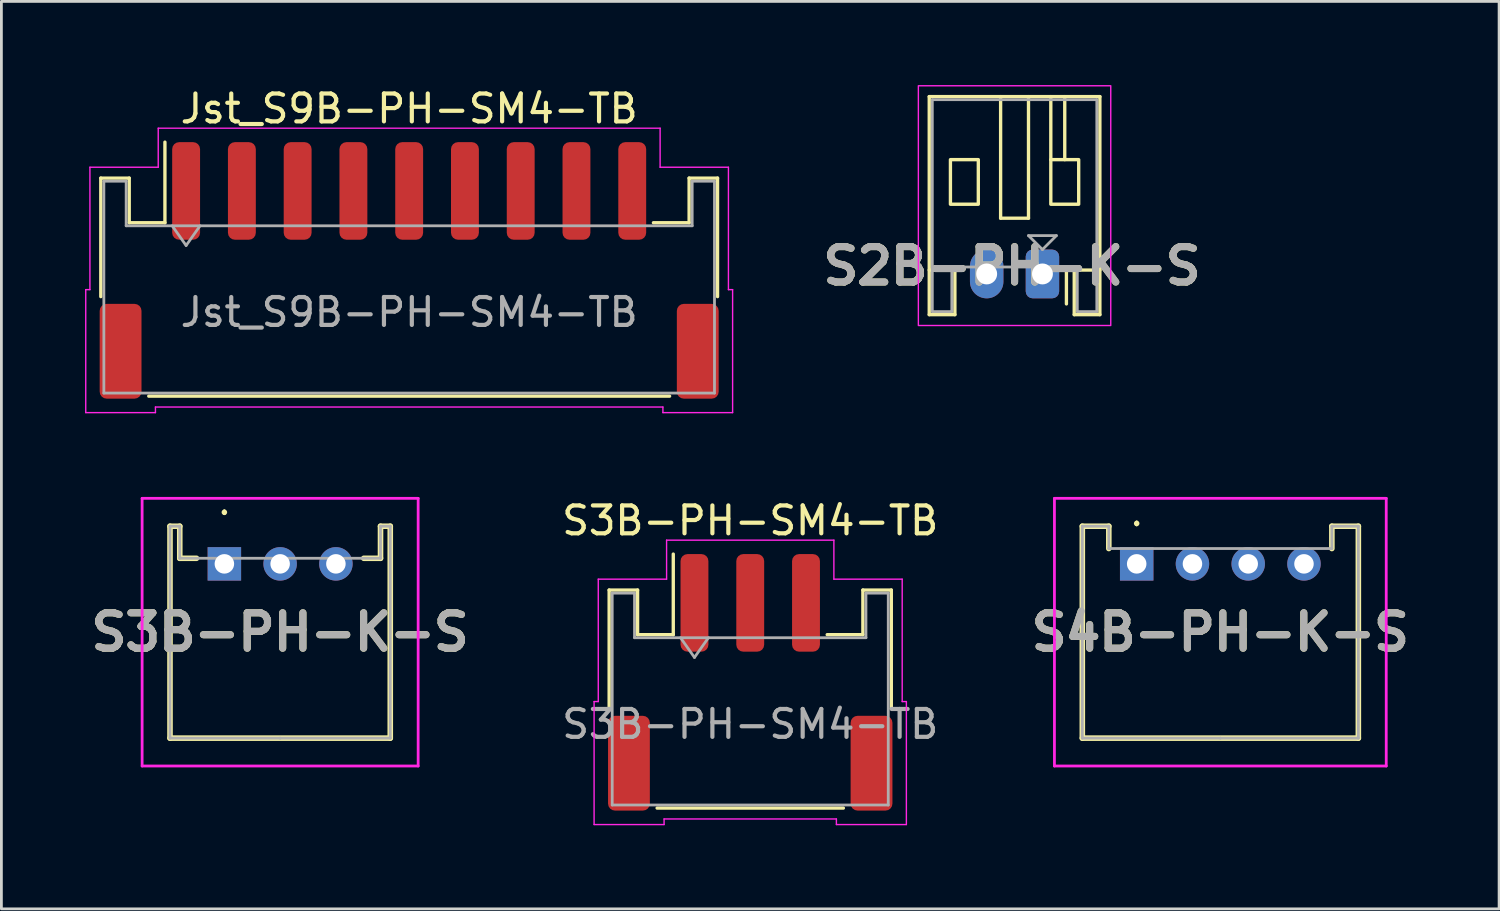
<source format=kicad_pcb>
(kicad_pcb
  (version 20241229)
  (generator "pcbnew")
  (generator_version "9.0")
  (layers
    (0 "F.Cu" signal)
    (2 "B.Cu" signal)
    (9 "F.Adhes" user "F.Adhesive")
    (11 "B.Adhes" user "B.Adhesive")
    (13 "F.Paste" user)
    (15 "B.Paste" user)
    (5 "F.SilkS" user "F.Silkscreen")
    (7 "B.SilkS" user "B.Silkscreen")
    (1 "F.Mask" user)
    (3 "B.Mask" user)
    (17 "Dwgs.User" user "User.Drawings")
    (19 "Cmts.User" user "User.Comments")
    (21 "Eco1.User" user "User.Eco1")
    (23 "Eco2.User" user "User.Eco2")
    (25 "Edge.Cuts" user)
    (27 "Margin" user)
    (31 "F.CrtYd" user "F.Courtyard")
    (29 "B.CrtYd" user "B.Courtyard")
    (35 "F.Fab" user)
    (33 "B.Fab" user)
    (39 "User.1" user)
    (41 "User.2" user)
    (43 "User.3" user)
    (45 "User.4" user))
  (footprint "S4B-PH-K-S"
    (layer "F.Cu")
    (at 37.717 17.173)
    (property "Reference" "S4B-PH-K-S" (at 3 2.45 0) (layer "F.SilkS") (effects (font (size 1.27 1.27) (thickness 0.254))))
    (attr through_hole)
    (fp_line (start -1.95 -1.35) (end -1.95 6.25) (stroke (width 0.2) (type solid)) (layer "F.SilkS"))
    (fp_line (start -1.95 6.25) (end 7.95 6.25) (stroke (width 0.2) (type solid)) (layer "F.SilkS"))
    (fp_line (start -1 -1.35) (end -1.95 -1.35) (stroke (width 0.2) (type solid)) (layer "F.SilkS"))
    (fp_line (start -1 -0.55) (end -1 -1.35) (stroke (width 0.2) (type solid)) (layer "F.SilkS"))
    (fp_line (start 0 -1.5) (end 0 -1.5) (stroke (width 0.1) (type solid)) (layer "F.SilkS"))
    (fp_line (start 0 -1.4) (end 0 -1.4) (stroke (width 0.1) (type solid)) (layer "F.SilkS"))
    (fp_line (start 7 -1.35) (end 7 -0.55) (stroke (width 0.2) (type solid)) (layer "F.SilkS"))
    (fp_line (start 7.95 -1.35) (end 7 -1.35) (stroke (width 0.2) (type solid)) (layer "F.SilkS"))
    (fp_line (start 7.95 6.25) (end 7.95 -1.35) (stroke (width 0.2) (type solid)) (layer "F.SilkS"))
    (fp_arc (start 0 -1.5) (mid 0.05 -1.45) (end 0 -1.4) (stroke (width 0.1) (type solid)) (layer "F.SilkS"))
    (fp_arc (start 0 -1.4) (mid -0.05 -1.45) (end 0 -1.5) (stroke (width 0.1) (type solid)) (layer "F.SilkS"))
    (fp_line (start -2.95 -2.35) (end 8.95 -2.35) (stroke (width 0.1) (type solid)) (layer "F.CrtYd"))
    (fp_line (start -2.95 7.25) (end -2.95 -2.35) (stroke (width 0.1) (type solid)) (layer "F.CrtYd"))
    (fp_line (start 8.95 -2.35) (end 8.95 7.25) (stroke (width 0.1) (type solid)) (layer "F.CrtYd"))
    (fp_line (start 8.95 7.25) (end -2.95 7.25) (stroke (width 0.1) (type solid)) (layer "F.CrtYd"))
    (fp_line (start -1.95 -1.35) (end -1.95 6.25) (stroke (width 0.1) (type solid)) (layer "F.Fab"))
    (fp_line (start -1.95 6.25) (end 3 6.25) (stroke (width 0.1) (type solid)) (layer "F.Fab"))
    (fp_line (start -1 -1.35) (end -1.95 -1.35) (stroke (width 0.1) (type solid)) (layer "F.Fab"))
    (fp_line (start -1 -0.55) (end -1 -1.35) (stroke (width 0.1) (type solid)) (layer "F.Fab"))
    (fp_line (start 3 6.25) (end 7.95 6.25) (stroke (width 0.1) (type solid)) (layer "F.Fab"))
    (fp_line (start 7 -1.35) (end 7 -0.55) (stroke (width 0.1) (type solid)) (layer "F.Fab"))
    (fp_line (start 7 -0.55) (end -1 -0.55) (stroke (width 0.1) (type solid)) (layer "F.Fab"))
    (fp_line (start 7.95 -1.35) (end 7 -1.35) (stroke (width 0.1) (type solid)) (layer "F.Fab"))
    (fp_line (start 7.95 6.25) (end 7.95 -1.35) (stroke (width 0.1) (type solid)) (layer "F.Fab"))
    (fp_text user "${REFERENCE}" (at 3 2.45 0) (layer "F.Fab") (effects (font (size 1.27 1.27) (thickness 0.254))))
    (pad "1" thru_hole rect (at 0 0) (size 1.2 1.2) (drill 0.7) (layers "*.Cu" "*.Mask"))
    (pad "2" thru_hole circle (at 2 0) (size 1.2 1.2) (drill 0.7) (layers "*.Cu" "*.Mask"))
    (pad "3" thru_hole circle (at 4 0) (size 1.2 1.2) (drill 0.7) (layers "*.Cu" "*.Mask"))
    (pad "4" thru_hole circle (at 6 0) (size 1.2 1.2) (drill 0.7) (layers "*.Cu" "*.Mask")))
  (footprint "S3B-PH-SM4-TB"
    (layer "F.Cu")
    (at 23.857 21.422)
    (property "Reference" "S3B-PH-SM4-TB" (at 0 -5.8 0) (layer "F.SilkS") (effects (font (size 1 1) (thickness 0.15))))
    (attr smd)
    (fp_line (start -5.06 -3.31) (end -4.04 -3.31) (stroke (width 0.12) (type solid)) (layer "F.SilkS"))
    (fp_line (start -5.06 0.94) (end -5.06 -3.31) (stroke (width 0.12) (type solid)) (layer "F.SilkS"))
    (fp_line (start -4.04 -3.31) (end -4.04 -1.71) (stroke (width 0.12) (type solid)) (layer "F.SilkS"))
    (fp_line (start -4.04 -1.71) (end -2.76 -1.71) (stroke (width 0.12) (type solid)) (layer "F.SilkS"))
    (fp_line (start -3.34 4.51) (end 3.34 4.51) (stroke (width 0.12) (type solid)) (layer "F.SilkS"))
    (fp_line (start -2.76 -1.71) (end -2.76 -4.6) (stroke (width 0.12) (type solid)) (layer "F.SilkS"))
    (fp_line (start 4.04 -3.31) (end 4.04 -1.71) (stroke (width 0.12) (type solid)) (layer "F.SilkS"))
    (fp_line (start 4.04 -1.71) (end 2.76 -1.71) (stroke (width 0.12) (type solid)) (layer "F.SilkS"))
    (fp_line (start 5.06 -3.31) (end 4.04 -3.31) (stroke (width 0.12) (type solid)) (layer "F.SilkS"))
    (fp_line (start 5.06 0.94) (end 5.06 -3.31) (stroke (width 0.12) (type solid)) (layer "F.SilkS"))
    (fp_line (start -5.6 0.69) (end -5.45 0.69) (stroke (width 0.05) (type solid)) (layer "F.CrtYd"))
    (fp_line (start -5.6 5.1) (end -5.6 0.69) (stroke (width 0.05) (type solid)) (layer "F.CrtYd"))
    (fp_line (start -5.45 -3.7) (end -3 -3.7) (stroke (width 0.05) (type solid)) (layer "F.CrtYd"))
    (fp_line (start -5.45 0.69) (end -5.45 -3.7) (stroke (width 0.05) (type solid)) (layer "F.CrtYd"))
    (fp_line (start -3.09 4.9) (end -3.09 5.1) (stroke (width 0.05) (type solid)) (layer "F.CrtYd"))
    (fp_line (start -3.09 5.1) (end -5.6 5.1) (stroke (width 0.05) (type solid)) (layer "F.CrtYd"))
    (fp_line (start -3 -5.1) (end 3 -5.1) (stroke (width 0.05) (type solid)) (layer "F.CrtYd"))
    (fp_line (start -3 -3.7) (end -3 -5.1) (stroke (width 0.05) (type solid)) (layer "F.CrtYd"))
    (fp_line (start 3 -5.1) (end 3 -3.7) (stroke (width 0.05) (type solid)) (layer "F.CrtYd"))
    (fp_line (start 3 -3.7) (end 5.45 -3.7) (stroke (width 0.05) (type solid)) (layer "F.CrtYd"))
    (fp_line (start 3.09 4.9) (end -3.09 4.9) (stroke (width 0.05) (type solid)) (layer "F.CrtYd"))
    (fp_line (start 3.09 5.1) (end 3.09 4.9) (stroke (width 0.05) (type solid)) (layer "F.CrtYd"))
    (fp_line (start 5.45 -3.7) (end 5.45 0.69) (stroke (width 0.05) (type solid)) (layer "F.CrtYd"))
    (fp_line (start 5.45 0.69) (end 5.6 0.69) (stroke (width 0.05) (type solid)) (layer "F.CrtYd"))
    (fp_line (start 5.6 0.69) (end 5.6 5.1) (stroke (width 0.05) (type solid)) (layer "F.CrtYd"))
    (fp_line (start 5.6 5.1) (end 3.09 5.1) (stroke (width 0.05) (type solid)) (layer "F.CrtYd"))
    (fp_line (start -4.95 -3.2) (end -4.95 4.4) (stroke (width 0.1) (type solid)) (layer "F.Fab"))
    (fp_line (start -4.95 -3.2) (end -4.15 -3.2) (stroke (width 0.1) (type solid)) (layer "F.Fab"))
    (fp_line (start -4.95 4.4) (end 4.95 4.4) (stroke (width 0.1) (type solid)) (layer "F.Fab"))
    (fp_line (start -4.15 -3.2) (end -4.15 -1.6) (stroke (width 0.1) (type solid)) (layer "F.Fab"))
    (fp_line (start -4.15 -1.6) (end 4.15 -1.6) (stroke (width 0.1) (type solid)) (layer "F.Fab"))
    (fp_line (start -2.5 -1.6) (end -2 -0.893) (stroke (width 0.1) (type solid)) (layer "F.Fab"))
    (fp_line (start -2 -0.893) (end -1.5 -1.6) (stroke (width 0.1) (type solid)) (layer "F.Fab"))
    (fp_line (start 4.15 -3.2) (end 4.95 -3.2) (stroke (width 0.1) (type solid)) (layer "F.Fab"))
    (fp_line (start 4.15 -1.6) (end 4.15 -3.2) (stroke (width 0.1) (type solid)) (layer "F.Fab"))
    (fp_line (start 4.95 -3.2) (end 4.95 4.4) (stroke (width 0.1) (type solid)) (layer "F.Fab"))
    (fp_text user "${REFERENCE}" (at 0 1.5 0) (layer "F.Fab") (effects (font (size 1 1) (thickness 0.15))))
    (pad "1" smd roundrect (at -2 -2.85) (size 1 3.5) (layers "F.Cu" "F.Mask" "F.Paste") (roundrect_rratio 0.25))
    (pad "2" smd roundrect (at 0 -2.85) (size 1 3.5) (layers "F.Cu" "F.Mask" "F.Paste") (roundrect_rratio 0.25))
    (pad "3" smd roundrect (at 2 -2.85) (size 1 3.5) (layers "F.Cu" "F.Mask" "F.Paste") (roundrect_rratio 0.25))
    (pad "MP" smd roundrect (at -4.35 2.9) (size 1.5 3.4) (layers "F.Cu" "F.Mask" "F.Paste") (roundrect_rratio 0.167))
    (pad "MP" smd roundrect (at 4.35 2.9) (size 1.5 3.4) (layers "F.Cu" "F.Mask" "F.Paste") (roundrect_rratio 0.167)))
  (footprint "Jst_S9B-PH-SM4-TB"
    (layer "F.Cu")
    (at 11.625 6.648)
    (property "Reference" "Jst_S9B-PH-SM4-TB" (at 0 -5.8 0) (layer "F.SilkS") (effects (font (size 1 1) (thickness 0.15))))
    (attr smd)
    (fp_line (start -11.06 -3.31) (end -10.04 -3.31) (stroke (width 0.12) (type solid)) (layer "F.SilkS"))
    (fp_line (start -11.06 0.94) (end -11.06 -3.31) (stroke (width 0.12) (type solid)) (layer "F.SilkS"))
    (fp_line (start -10.04 -3.31) (end -10.04 -1.71) (stroke (width 0.12) (type solid)) (layer "F.SilkS"))
    (fp_line (start -10.04 -1.71) (end -8.76 -1.71) (stroke (width 0.12) (type solid)) (layer "F.SilkS"))
    (fp_line (start -9.34 4.51) (end 9.34 4.51) (stroke (width 0.12) (type solid)) (layer "F.SilkS"))
    (fp_line (start -8.76 -1.71) (end -8.76 -4.6) (stroke (width 0.12) (type solid)) (layer "F.SilkS"))
    (fp_line (start 10.04 -3.31) (end 10.04 -1.71) (stroke (width 0.12) (type solid)) (layer "F.SilkS"))
    (fp_line (start 10.04 -1.71) (end 8.76 -1.71) (stroke (width 0.12) (type solid)) (layer "F.SilkS"))
    (fp_line (start 11.06 -3.31) (end 10.04 -3.31) (stroke (width 0.12) (type solid)) (layer "F.SilkS"))
    (fp_line (start 11.06 0.94) (end 11.06 -3.31) (stroke (width 0.12) (type solid)) (layer "F.SilkS"))
    (fp_line (start -11.6 0.69) (end -11.45 0.69) (stroke (width 0.05) (type solid)) (layer "F.CrtYd"))
    (fp_line (start -11.6 5.1) (end -11.6 0.69) (stroke (width 0.05) (type solid)) (layer "F.CrtYd"))
    (fp_line (start -11.45 -3.7) (end -9 -3.7) (stroke (width 0.05) (type solid)) (layer "F.CrtYd"))
    (fp_line (start -11.45 0.69) (end -11.45 -3.7) (stroke (width 0.05) (type solid)) (layer "F.CrtYd"))
    (fp_line (start -9.1 4.9) (end -9.1 5.1) (stroke (width 0.05) (type solid)) (layer "F.CrtYd"))
    (fp_line (start -9.1 5.1) (end -11.6 5.1) (stroke (width 0.05) (type solid)) (layer "F.CrtYd"))
    (fp_line (start -9 -5.1) (end 9 -5.1) (stroke (width 0.05) (type solid)) (layer "F.CrtYd"))
    (fp_line (start -9 -3.7) (end -9 -5.1) (stroke (width 0.05) (type solid)) (layer "F.CrtYd"))
    (fp_line (start 9 -5.1) (end 9 -3.7) (stroke (width 0.05) (type solid)) (layer "F.CrtYd"))
    (fp_line (start 9 -3.7) (end 11.45 -3.7) (stroke (width 0.05) (type solid)) (layer "F.CrtYd"))
    (fp_line (start 9.1 4.9) (end -9.1 4.9) (stroke (width 0.05) (type solid)) (layer "F.CrtYd"))
    (fp_line (start 9.1 5.1) (end 9.1 4.9) (stroke (width 0.05) (type solid)) (layer "F.CrtYd"))
    (fp_line (start 11.45 -3.7) (end 11.45 0.69) (stroke (width 0.05) (type solid)) (layer "F.CrtYd"))
    (fp_line (start 11.45 0.69) (end 11.6 0.69) (stroke (width 0.05) (type solid)) (layer "F.CrtYd"))
    (fp_line (start 11.6 0.69) (end 11.6 5.1) (stroke (width 0.05) (type solid)) (layer "F.CrtYd"))
    (fp_line (start 11.6 5.1) (end 9.1 5.1) (stroke (width 0.05) (type solid)) (layer "F.CrtYd"))
    (fp_line (start -10.95 -3.2) (end -10.95 4.4) (stroke (width 0.1) (type solid)) (layer "F.Fab"))
    (fp_line (start -10.95 -3.2) (end -10.15 -3.2) (stroke (width 0.1) (type solid)) (layer "F.Fab"))
    (fp_line (start -10.95 4.4) (end 10.95 4.4) (stroke (width 0.1) (type solid)) (layer "F.Fab"))
    (fp_line (start -10.15 -3.2) (end -10.15 -1.6) (stroke (width 0.1) (type solid)) (layer "F.Fab"))
    (fp_line (start -10.15 -1.6) (end 10.15 -1.6) (stroke (width 0.1) (type solid)) (layer "F.Fab"))
    (fp_line (start -8.5 -1.6) (end -8 -0.893) (stroke (width 0.1) (type solid)) (layer "F.Fab"))
    (fp_line (start -8 -0.893) (end -7.5 -1.6) (stroke (width 0.1) (type solid)) (layer "F.Fab"))
    (fp_line (start 10.15 -3.2) (end 10.95 -3.2) (stroke (width 0.1) (type solid)) (layer "F.Fab"))
    (fp_line (start 10.15 -1.6) (end 10.15 -3.2) (stroke (width 0.1) (type solid)) (layer "F.Fab"))
    (fp_line (start 10.95 -3.2) (end 10.95 4.4) (stroke (width 0.1) (type solid)) (layer "F.Fab"))
    (fp_text user "${REFERENCE}" (at 0 1.5 0) (layer "F.Fab") (effects (font (size 1 1) (thickness 0.15))))
    (pad "1" smd roundrect (at -8 -2.85) (size 1 3.5) (layers "F.Cu" "F.Mask" "F.Paste") (roundrect_rratio 0.25))
    (pad "2" smd roundrect (at -6 -2.85) (size 1 3.5) (layers "F.Cu" "F.Mask" "F.Paste") (roundrect_rratio 0.25))
    (pad "3" smd roundrect (at -4 -2.85) (size 1 3.5) (layers "F.Cu" "F.Mask" "F.Paste") (roundrect_rratio 0.25))
    (pad "4" smd roundrect (at -2 -2.85) (size 1 3.5) (layers "F.Cu" "F.Mask" "F.Paste") (roundrect_rratio 0.25))
    (pad "5" smd roundrect (at 0 -2.85) (size 1 3.5) (layers "F.Cu" "F.Mask" "F.Paste") (roundrect_rratio 0.25))
    (pad "6" smd roundrect (at 2 -2.85) (size 1 3.5) (layers "F.Cu" "F.Mask" "F.Paste") (roundrect_rratio 0.25))
    (pad "7" smd roundrect (at 4 -2.85) (size 1 3.5) (layers "F.Cu" "F.Mask" "F.Paste") (roundrect_rratio 0.25))
    (pad "8" smd roundrect (at 6 -2.85) (size 1 3.5) (layers "F.Cu" "F.Mask" "F.Paste") (roundrect_rratio 0.25))
    (pad "9" smd roundrect (at 8 -2.85) (size 1 3.5) (layers "F.Cu" "F.Mask" "F.Paste") (roundrect_rratio 0.25))
    (pad "MP" smd roundrect (at -10.35 2.9) (size 1.5 3.4) (layers "F.Cu" "F.Mask" "F.Paste") (roundrect_rratio 0.167))
    (pad "MP" smd roundrect (at 10.35 2.9) (size 1.5 3.4) (layers "F.Cu" "F.Mask" "F.Paste") (roundrect_rratio 0.167)))
  (footprint "S3B-PH-K-S"
    (layer "F.Cu")
    (at 4.997 17.173)
    (property "Reference" "S3B-PH-K-S" (at 2 2.45 0) (layer "F.SilkS") (effects (font (size 1.27 1.27) (thickness 0.254))))
    (attr through_hole)
    (fp_line (start -1.95 -1.35) (end -1.95 6.25) (stroke (width 0.2) (type solid)) (layer "F.SilkS"))
    (fp_line (start -1.95 6.25) (end 5.95 6.25) (stroke (width 0.2) (type solid)) (layer "F.SilkS"))
    (fp_line (start -1.6 -1.35) (end -1.95 -1.35) (stroke (width 0.2) (type solid)) (layer "F.SilkS"))
    (fp_line (start -1.6 -0.2) (end -1.6 -1.35) (stroke (width 0.2) (type solid)) (layer "F.SilkS"))
    (fp_line (start -1 -0.2) (end -1.6 -0.2) (stroke (width 0.2) (type solid)) (layer "F.SilkS"))
    (fp_line (start 0 -1.9) (end 0 -1.9) (stroke (width 0.1) (type solid)) (layer "F.SilkS"))
    (fp_line (start 0 -1.8) (end 0 -1.8) (stroke (width 0.1) (type solid)) (layer "F.SilkS"))
    (fp_line (start 5.6 -1.35) (end 5.6 -0.2) (stroke (width 0.2) (type solid)) (layer "F.SilkS"))
    (fp_line (start 5.6 -0.2) (end 5 -0.2) (stroke (width 0.2) (type solid)) (layer "F.SilkS"))
    (fp_line (start 5.95 -1.35) (end 5.6 -1.35) (stroke (width 0.2) (type solid)) (layer "F.SilkS"))
    (fp_line (start 5.95 6.25) (end 5.95 -1.35) (stroke (width 0.2) (type solid)) (layer "F.SilkS"))
    (fp_arc (start 0 -1.9) (mid 0.05 -1.85) (end 0 -1.8) (stroke (width 0.1) (type solid)) (layer "F.SilkS"))
    (fp_arc (start 0 -1.8) (mid -0.05 -1.85) (end 0 -1.9) (stroke (width 0.1) (type solid)) (layer "F.SilkS"))
    (fp_line (start -2.95 -2.35) (end 6.95 -2.35) (stroke (width 0.1) (type solid)) (layer "F.CrtYd"))
    (fp_line (start -2.95 7.25) (end -2.95 -2.35) (stroke (width 0.1) (type solid)) (layer "F.CrtYd"))
    (fp_line (start 6.95 -2.35) (end 6.95 7.25) (stroke (width 0.1) (type solid)) (layer "F.CrtYd"))
    (fp_line (start 6.95 7.25) (end -2.95 7.25) (stroke (width 0.1) (type solid)) (layer "F.CrtYd"))
    (fp_line (start -1.95 -1.35) (end -1.6 -1.35) (stroke (width 0.1) (type solid)) (layer "F.Fab"))
    (fp_line (start -1.95 6.25) (end -1.95 -1.35) (stroke (width 0.1) (type solid)) (layer "F.Fab"))
    (fp_line (start -1.6 -1.35) (end -1.6 -0.2) (stroke (width 0.1) (type solid)) (layer "F.Fab"))
    (fp_line (start -1.6 -0.2) (end 5.6 -0.2) (stroke (width 0.1) (type solid)) (layer "F.Fab"))
    (fp_line (start 2 6.25) (end -1.95 6.25) (stroke (width 0.1) (type solid)) (layer "F.Fab"))
    (fp_line (start 5.6 -1.35) (end 5.95 -1.35) (stroke (width 0.1) (type solid)) (layer "F.Fab"))
    (fp_line (start 5.6 -0.2) (end 5.6 -1.35) (stroke (width 0.1) (type solid)) (layer "F.Fab"))
    (fp_line (start 5.95 -1.35) (end 5.95 6.25) (stroke (width 0.1) (type solid)) (layer "F.Fab"))
    (fp_line (start 5.95 6.25) (end 2 6.25) (stroke (width 0.1) (type solid)) (layer "F.Fab"))
    (fp_text user "${REFERENCE}" (at 2 2.45 0) (layer "F.Fab") (effects (font (size 1.27 1.27) (thickness 0.254))))
    (pad "1" thru_hole rect (at 0 0) (size 1.2 1.2) (drill 0.7) (layers "*.Cu" "*.Mask"))
    (pad "2" thru_hole circle (at 2 0) (size 1.2 1.2) (drill 0.7) (layers "*.Cu" "*.Mask"))
    (pad "3" thru_hole circle (at 4 0) (size 1.2 1.2) (drill 0.7) (layers "*.Cu" "*.Mask")))
  (footprint "S2B-PH-K-S"
    (layer "F.Cu")
    (at 34.337 6.775)
    (property "Reference" "S2B-PH-K-S" (at -1.09 -0.285 0) (layer "F.SilkS") (effects (font (size 1.27 1.27) (thickness 0.254))))
    (attr through_hole)
    (fp_line (start -4.06 -6.36) (end -4.06 1.46) (stroke (width 0.12) (type solid)) (layer "F.SilkS"))
    (fp_line (start -4.06 -0.14) (end -3.14 -0.14) (stroke (width 0.12) (type solid)) (layer "F.SilkS"))
    (fp_line (start -4.06 1.46) (end -3.14 1.46) (stroke (width 0.12) (type solid)) (layer "F.SilkS"))
    (fp_line (start -3.14 -0.14) (end -2.86 -0.14) (stroke (width 0.12) (type solid)) (layer "F.SilkS"))
    (fp_line (start -3.14 1.46) (end -3.14 -0.14) (stroke (width 0.12) (type solid)) (layer "F.SilkS"))
    (fp_line (start -1.5 -2) (end -1.5 -6.36) (stroke (width 0.12) (type solid)) (layer "F.SilkS"))
    (fp_line (start -0.5 -6.36) (end -0.5 -2) (stroke (width 0.12) (type solid)) (layer "F.SilkS"))
    (fp_line (start -0.5 -2) (end -1.5 -2) (stroke (width 0.12) (type solid)) (layer "F.SilkS"))
    (fp_line (start 0.3 -4.1) (end 0.3 -6.36) (stroke (width 0.12) (type solid)) (layer "F.SilkS"))
    (fp_line (start 0.8 -4.1) (end 0.8 -6.36) (stroke (width 0.12) (type solid)) (layer "F.SilkS"))
    (fp_line (start 0.86 -0.14) (end 0.86 1.075) (stroke (width 0.12) (type solid)) (layer "F.SilkS"))
    (fp_line (start 0.86 -0.14) (end 1.14 -0.14) (stroke (width 0.12) (type solid)) (layer "F.SilkS"))
    (fp_line (start 1.14 -0.14) (end 1.14 1.46) (stroke (width 0.12) (type solid)) (layer "F.SilkS"))
    (fp_line (start 1.14 1.46) (end 2.06 1.46) (stroke (width 0.12) (type solid)) (layer "F.SilkS"))
    (fp_line (start 2.06 -6.36) (end -4.06 -6.36) (stroke (width 0.12) (type solid)) (layer "F.SilkS"))
    (fp_line (start 2.06 -0.14) (end 1.14 -0.14) (stroke (width 0.12) (type solid)) (layer "F.SilkS"))
    (fp_line (start 2.06 1.46) (end 2.06 -6.36) (stroke (width 0.12) (type solid)) (layer "F.SilkS"))
    (fp_rect (start -3.3 -4.1) (end -2.3 -2.5) (stroke (width 0.12) (type solid)) (fill no) (layer "F.SilkS"))
    (fp_rect (start 0.3 -4.1) (end 1.3 -2.5) (stroke (width 0.12) (type solid)) (fill no) (layer "F.SilkS"))
    (fp_rect (start -4.45 -6.75) (end 2.45 1.85) (stroke (width 0.05) (type solid)) (fill no) (layer "F.CrtYd"))
    (fp_line (start -3.95 -6.25) (end -3.95 1.35) (stroke (width 0.1) (type solid)) (layer "F.Fab"))
    (fp_line (start -3.95 1.35) (end -3.25 1.35) (stroke (width 0.1) (type solid)) (layer "F.Fab"))
    (fp_line (start -3.25 -0.25) (end 1.25 -0.25) (stroke (width 0.1) (type solid)) (layer "F.Fab"))
    (fp_line (start -3.25 1.35) (end -3.25 -0.25) (stroke (width 0.1) (type solid)) (layer "F.Fab"))
    (fp_line (start -0.5 -1.375) (end 0 -0.875) (stroke (width 0.1) (type solid)) (layer "F.Fab"))
    (fp_line (start 0 -0.875) (end 0.5 -1.375) (stroke (width 0.1) (type solid)) (layer "F.Fab"))
    (fp_line (start 0.5 -1.375) (end -0.5 -1.375) (stroke (width 0.1) (type solid)) (layer "F.Fab"))
    (fp_line (start 1.25 -0.25) (end 1.25 1.35) (stroke (width 0.1) (type solid)) (layer "F.Fab"))
    (fp_line (start 1.25 1.35) (end 1.95 1.35) (stroke (width 0.1) (type solid)) (layer "F.Fab"))
    (fp_line (start 1.95 -6.25) (end -3.95 -6.25) (stroke (width 0.1) (type solid)) (layer "F.Fab"))
    (fp_line (start 1.95 1.35) (end 1.95 -6.25) (stroke (width 0.1) (type solid)) (layer "F.Fab"))
    (fp_text user "${REFERENCE}" (at -1.09 -0.285 0) (layer "F.Fab") (effects (font (size 1.27 1.27) (thickness 0.254))))
    (pad "1" thru_hole roundrect (at 0 0 180) (size 1.2 1.75) (drill 0.75) (layers "*.Cu" "*.Mask") (roundrect_rratio 0.208))
    (pad "2" thru_hole oval (at -2 0 180) (size 1.2 1.75) (drill 0.75) (layers "*.Cu" "*.Mask")))
  (gr_rect
    (start -3 -3)
    (end 50.715 29.547)
    (stroke (width 0.1) (type default))
    (fill no)
    (layer "Edge.Cuts")))
</source>
